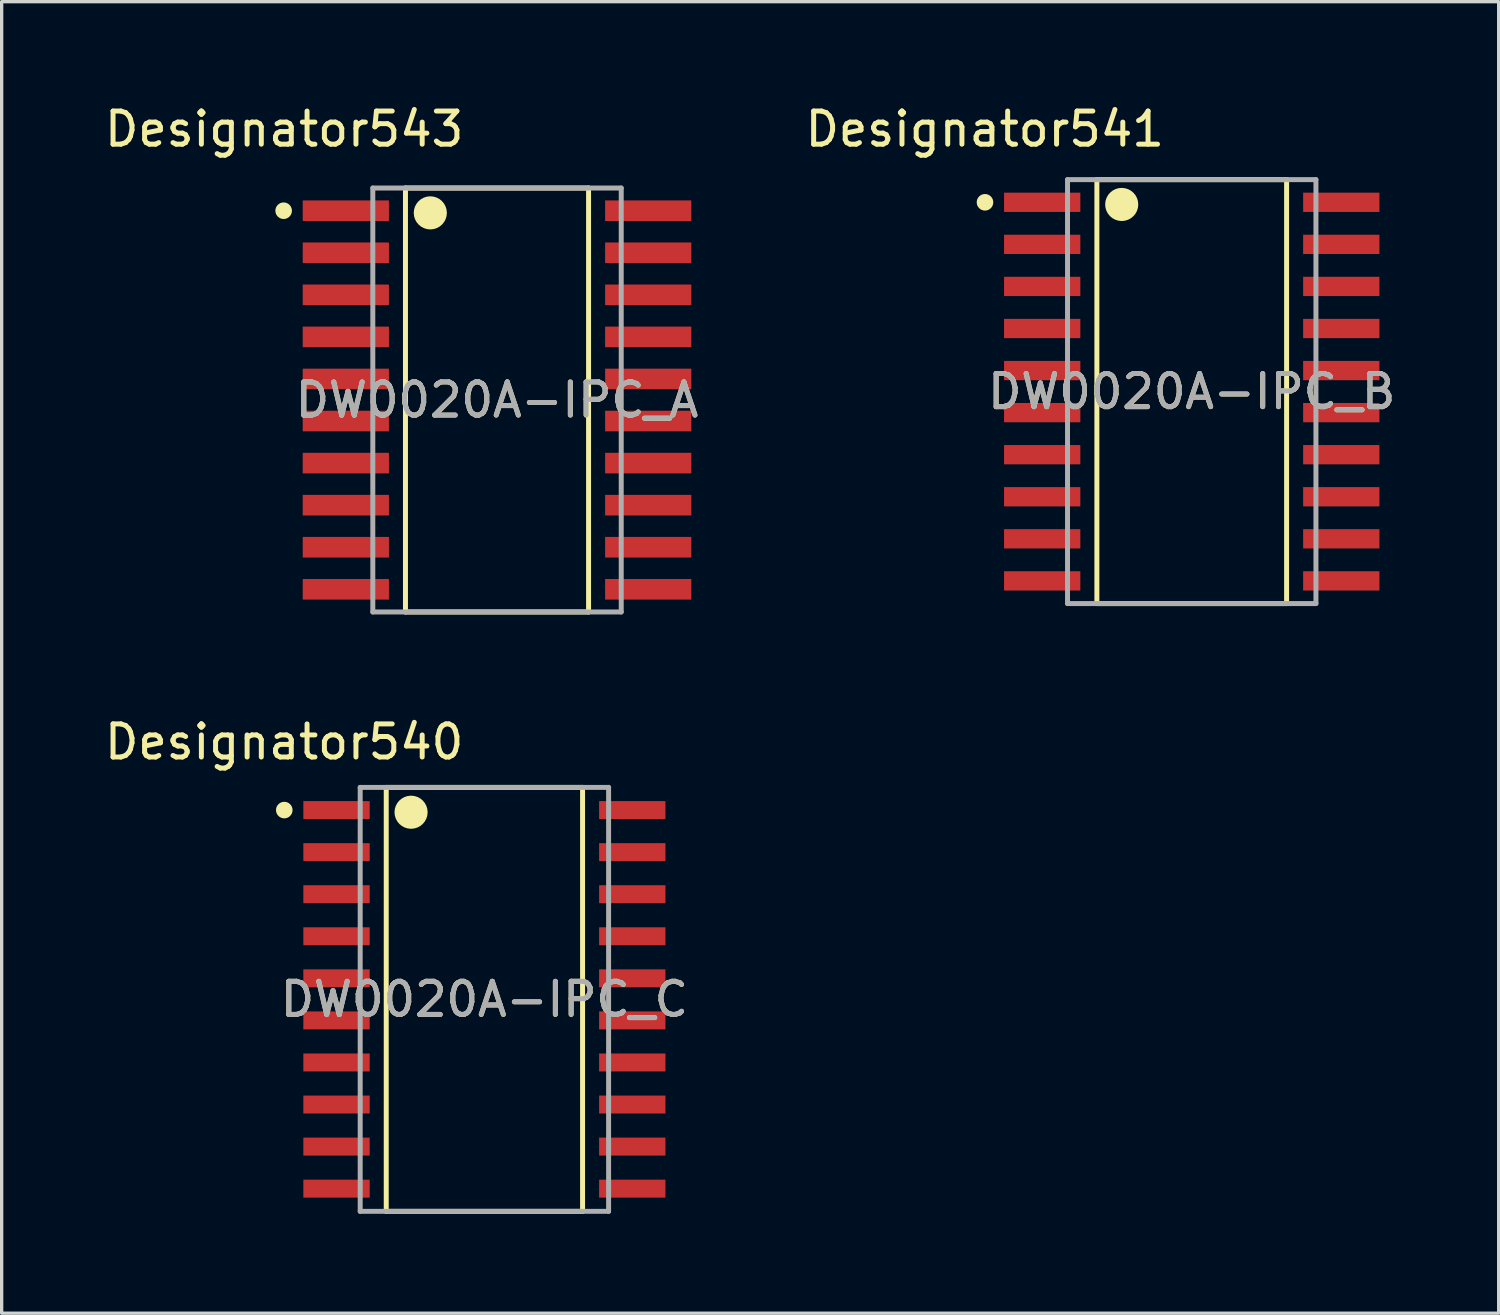
<source format=kicad_pcb>
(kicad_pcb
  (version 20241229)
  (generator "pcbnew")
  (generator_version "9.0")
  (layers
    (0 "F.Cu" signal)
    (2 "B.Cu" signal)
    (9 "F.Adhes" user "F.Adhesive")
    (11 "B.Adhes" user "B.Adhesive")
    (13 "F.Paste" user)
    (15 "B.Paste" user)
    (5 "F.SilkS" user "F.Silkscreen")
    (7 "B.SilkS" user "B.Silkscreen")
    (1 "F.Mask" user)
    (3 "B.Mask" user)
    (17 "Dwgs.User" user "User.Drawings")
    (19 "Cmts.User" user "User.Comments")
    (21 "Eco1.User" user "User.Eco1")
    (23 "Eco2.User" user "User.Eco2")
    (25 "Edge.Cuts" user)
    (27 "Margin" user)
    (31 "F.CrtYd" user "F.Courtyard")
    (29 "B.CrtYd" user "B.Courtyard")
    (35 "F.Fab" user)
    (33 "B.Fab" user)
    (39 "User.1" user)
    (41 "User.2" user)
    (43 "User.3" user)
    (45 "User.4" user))
  (footprint "DW0020A-IPC_B"
    (layer "F.Cu")
    (at 32.931 8.773)
    (property "Reference" "DW0020A-IPC_B" (at 0 0 0) (unlocked yes) (layer "F.SilkS") (effects (font (size 1 1) (thickness 0.15))))
    (attr smd)
    (fp_line (start -2.864 -6.4) (end 2.864 -6.4) (stroke (width 0.15) (type solid)) (layer "F.SilkS"))
    (fp_line (start -2.864 6.4) (end -2.864 -6.4) (stroke (width 0.15) (type solid)) (layer "F.SilkS"))
    (fp_line (start -2.864 6.4) (end 2.864 6.4) (stroke (width 0.15) (type solid)) (layer "F.SilkS"))
    (fp_line (start 2.864 6.4) (end 2.864 -6.4) (stroke (width 0.15) (type solid)) (layer "F.SilkS"))
    (fp_circle (center -6.242 -5.715) (end -6.117 -5.715) (stroke (width 0.25) (type solid)) (fill no) (layer "F.SilkS"))
    (fp_circle (center -2.114 -5.65) (end -1.864 -5.65) (stroke (width 0.5) (type solid)) (fill no) (layer "F.SilkS"))
    (fp_line (start -3.75 -6.4) (end 3.75 -6.4) (stroke (width 0.15) (type solid)) (layer "F.Fab"))
    (fp_line (start -3.75 6.4) (end -3.75 -6.4) (stroke (width 0.15) (type solid)) (layer "F.Fab"))
    (fp_line (start -3.75 6.4) (end 3.75 6.4) (stroke (width 0.15) (type solid)) (layer "F.Fab"))
    (fp_line (start 3.75 6.4) (end 3.75 -6.4) (stroke (width 0.15) (type solid)) (layer "F.Fab"))
    (fp_text user "Designator541" (at -6.248 -7.925 0) (unlocked yes) (layer "F.SilkS") (effects (font (size 1 1) (thickness 0.15))))
    (fp_text user "${REFERENCE}" (at 0 0 0) (unlocked yes) (layer "F.Fab") (effects (font (size 1 1) (thickness 0.15))))
    (pad "1" smd rect (at -4.515 -5.715) (size 2.303 0.582) (layers "F.Cu" "F.Mask" "F.Paste"))
    (pad "2" smd rect (at -4.515 -4.445) (size 2.303 0.582) (layers "F.Cu" "F.Mask" "F.Paste"))
    (pad "3" smd rect (at -4.515 -3.175) (size 2.303 0.582) (layers "F.Cu" "F.Mask" "F.Paste"))
    (pad "4" smd rect (at -4.515 -1.905) (size 2.303 0.582) (layers "F.Cu" "F.Mask" "F.Paste"))
    (pad "5" smd rect (at -4.515 -0.635) (size 2.303 0.582) (layers "F.Cu" "F.Mask" "F.Paste"))
    (pad "6" smd rect (at -4.515 0.635) (size 2.303 0.582) (layers "F.Cu" "F.Mask" "F.Paste"))
    (pad "7" smd rect (at -4.515 1.905) (size 2.303 0.582) (layers "F.Cu" "F.Mask" "F.Paste"))
    (pad "8" smd rect (at -4.515 3.175) (size 2.303 0.582) (layers "F.Cu" "F.Mask" "F.Paste"))
    (pad "9" smd rect (at -4.515 4.445) (size 2.303 0.582) (layers "F.Cu" "F.Mask" "F.Paste"))
    (pad "10" smd rect (at -4.515 5.715) (size 2.303 0.582) (layers "F.Cu" "F.Mask" "F.Paste"))
    (pad "11" smd rect (at 4.515 5.715) (size 2.303 0.582) (layers "F.Cu" "F.Mask" "F.Paste"))
    (pad "12" smd rect (at 4.515 4.445) (size 2.303 0.582) (layers "F.Cu" "F.Mask" "F.Paste"))
    (pad "13" smd rect (at 4.515 3.175) (size 2.303 0.582) (layers "F.Cu" "F.Mask" "F.Paste"))
    (pad "14" smd rect (at 4.515 1.905) (size 2.303 0.582) (layers "F.Cu" "F.Mask" "F.Paste"))
    (pad "15" smd rect (at 4.515 0.635) (size 2.303 0.582) (layers "F.Cu" "F.Mask" "F.Paste"))
    (pad "16" smd rect (at 4.515 -0.635) (size 2.303 0.582) (layers "F.Cu" "F.Mask" "F.Paste"))
    (pad "17" smd rect (at 4.515 -1.905) (size 2.303 0.582) (layers "F.Cu" "F.Mask" "F.Paste"))
    (pad "18" smd rect (at 4.515 -3.175) (size 2.303 0.582) (layers "F.Cu" "F.Mask" "F.Paste"))
    (pad "19" smd rect (at 4.515 -4.445) (size 2.303 0.582) (layers "F.Cu" "F.Mask" "F.Paste"))
    (pad "20" smd rect (at 4.515 -5.715) (size 2.303 0.582) (layers "F.Cu" "F.Mask" "F.Paste")))
  (footprint "DW0020A-IPC_A"
    (layer "F.Cu")
    (at 11.956 9.027)
    (property "Reference" "DW0020A-IPC_A" (at 0 0 0) (unlocked yes) (layer "F.SilkS") (effects (font (size 1 1) (thickness 0.15))))
    (attr smd)
    (fp_line (start -2.764 -6.4) (end 2.764 -6.4) (stroke (width 0.15) (type solid)) (layer "F.SilkS"))
    (fp_line (start -2.764 6.4) (end -2.764 -6.4) (stroke (width 0.15) (type solid)) (layer "F.SilkS"))
    (fp_line (start -2.764 6.4) (end 2.764 6.4) (stroke (width 0.15) (type solid)) (layer "F.SilkS"))
    (fp_line (start 2.764 6.4) (end 2.764 -6.4) (stroke (width 0.15) (type solid)) (layer "F.SilkS"))
    (fp_circle (center -6.442 -5.715) (end -6.317 -5.715) (stroke (width 0.25) (type solid)) (fill no) (layer "F.SilkS"))
    (fp_circle (center -2.014 -5.65) (end -1.764 -5.65) (stroke (width 0.5) (type solid)) (fill no) (layer "F.SilkS"))
    (fp_line (start -3.75 -6.4) (end 3.75 -6.4) (stroke (width 0.15) (type solid)) (layer "F.Fab"))
    (fp_line (start -3.75 6.4) (end -3.75 -6.4) (stroke (width 0.15) (type solid)) (layer "F.Fab"))
    (fp_line (start -3.75 6.4) (end 3.75 6.4) (stroke (width 0.15) (type solid)) (layer "F.Fab"))
    (fp_line (start 3.75 6.4) (end 3.75 -6.4) (stroke (width 0.15) (type solid)) (layer "F.Fab"))
    (fp_text user "Designator543" (at -6.426 -8.179 0) (unlocked yes) (layer "F.SilkS") (effects (font (size 1 1) (thickness 0.15))))
    (fp_text user "${REFERENCE}" (at 0 0 0) (unlocked yes) (layer "F.Fab") (effects (font (size 1 1) (thickness 0.15))))
    (pad "1" smd rect (at -4.565 -5.715) (size 2.603 0.622) (layers "F.Cu" "F.Mask" "F.Paste"))
    (pad "2" smd rect (at -4.565 -4.445) (size 2.603 0.622) (layers "F.Cu" "F.Mask" "F.Paste"))
    (pad "3" smd rect (at -4.565 -3.175) (size 2.603 0.622) (layers "F.Cu" "F.Mask" "F.Paste"))
    (pad "4" smd rect (at -4.565 -1.905) (size 2.603 0.622) (layers "F.Cu" "F.Mask" "F.Paste"))
    (pad "5" smd rect (at -4.565 -0.635) (size 2.603 0.622) (layers "F.Cu" "F.Mask" "F.Paste"))
    (pad "6" smd rect (at -4.565 0.635) (size 2.603 0.622) (layers "F.Cu" "F.Mask" "F.Paste"))
    (pad "7" smd rect (at -4.565 1.905) (size 2.603 0.622) (layers "F.Cu" "F.Mask" "F.Paste"))
    (pad "8" smd rect (at -4.565 3.175) (size 2.603 0.622) (layers "F.Cu" "F.Mask" "F.Paste"))
    (pad "9" smd rect (at -4.565 4.445) (size 2.603 0.622) (layers "F.Cu" "F.Mask" "F.Paste"))
    (pad "10" smd rect (at -4.565 5.715) (size 2.603 0.622) (layers "F.Cu" "F.Mask" "F.Paste"))
    (pad "11" smd rect (at 4.565 5.715) (size 2.603 0.622) (layers "F.Cu" "F.Mask" "F.Paste"))
    (pad "12" smd rect (at 4.565 4.445) (size 2.603 0.622) (layers "F.Cu" "F.Mask" "F.Paste"))
    (pad "13" smd rect (at 4.565 3.175) (size 2.603 0.622) (layers "F.Cu" "F.Mask" "F.Paste"))
    (pad "14" smd rect (at 4.565 1.905) (size 2.603 0.622) (layers "F.Cu" "F.Mask" "F.Paste"))
    (pad "15" smd rect (at 4.565 0.635) (size 2.603 0.622) (layers "F.Cu" "F.Mask" "F.Paste"))
    (pad "16" smd rect (at 4.565 -0.635) (size 2.603 0.622) (layers "F.Cu" "F.Mask" "F.Paste"))
    (pad "17" smd rect (at 4.565 -1.905) (size 2.603 0.622) (layers "F.Cu" "F.Mask" "F.Paste"))
    (pad "18" smd rect (at 4.565 -3.175) (size 2.603 0.622) (layers "F.Cu" "F.Mask" "F.Paste"))
    (pad "19" smd rect (at 4.565 -4.445) (size 2.603 0.622) (layers "F.Cu" "F.Mask" "F.Paste"))
    (pad "20" smd rect (at 4.565 -5.715) (size 2.603 0.622) (layers "F.Cu" "F.Mask" "F.Paste")))
  (footprint "DW0020A-IPC_C"
    (layer "F.Cu")
    (at 11.575 27.123)
    (property "Reference" "DW0020A-IPC_C" (at 0 0 0) (unlocked yes) (layer "F.SilkS") (effects (font (size 1 1) (thickness 0.15))))
    (attr smd)
    (fp_line (start -2.964 -6.4) (end 2.964 -6.4) (stroke (width 0.15) (type solid)) (layer "F.SilkS"))
    (fp_line (start -2.964 6.4) (end -2.964 -6.4) (stroke (width 0.15) (type solid)) (layer "F.SilkS"))
    (fp_line (start -2.964 6.4) (end 2.964 6.4) (stroke (width 0.15) (type solid)) (layer "F.SilkS"))
    (fp_line (start 2.964 6.4) (end 2.964 -6.4) (stroke (width 0.15) (type solid)) (layer "F.SilkS"))
    (fp_circle (center -6.042 -5.715) (end -5.917 -5.715) (stroke (width 0.25) (type solid)) (fill no) (layer "F.SilkS"))
    (fp_circle (center -2.214 -5.65) (end -1.964 -5.65) (stroke (width 0.5) (type solid)) (fill no) (layer "F.SilkS"))
    (fp_line (start -3.75 -6.4) (end 3.75 -6.4) (stroke (width 0.15) (type solid)) (layer "F.Fab"))
    (fp_line (start -3.75 6.4) (end -3.75 -6.4) (stroke (width 0.15) (type solid)) (layer "F.Fab"))
    (fp_line (start -3.75 6.4) (end 3.75 6.4) (stroke (width 0.15) (type solid)) (layer "F.Fab"))
    (fp_line (start 3.75 6.4) (end 3.75 -6.4) (stroke (width 0.15) (type solid)) (layer "F.Fab"))
    (fp_text user "Designator540" (at -6.045 -7.772 0) (unlocked yes) (layer "F.SilkS") (effects (font (size 1 1) (thickness 0.15))))
    (fp_text user "${REFERENCE}" (at 0 0 0) (unlocked yes) (layer "F.Fab") (effects (font (size 1 1) (thickness 0.15))))
    (pad "1" smd rect (at -4.465 -5.715) (size 2.003 0.542) (layers "F.Cu" "F.Mask" "F.Paste"))
    (pad "2" smd rect (at -4.465 -4.445) (size 2.003 0.542) (layers "F.Cu" "F.Mask" "F.Paste"))
    (pad "3" smd rect (at -4.465 -3.175) (size 2.003 0.542) (layers "F.Cu" "F.Mask" "F.Paste"))
    (pad "4" smd rect (at -4.465 -1.905) (size 2.003 0.542) (layers "F.Cu" "F.Mask" "F.Paste"))
    (pad "5" smd rect (at -4.465 -0.635) (size 2.003 0.542) (layers "F.Cu" "F.Mask" "F.Paste"))
    (pad "6" smd rect (at -4.465 0.635) (size 2.003 0.542) (layers "F.Cu" "F.Mask" "F.Paste"))
    (pad "7" smd rect (at -4.465 1.905) (size 2.003 0.542) (layers "F.Cu" "F.Mask" "F.Paste"))
    (pad "8" smd rect (at -4.465 3.175) (size 2.003 0.542) (layers "F.Cu" "F.Mask" "F.Paste"))
    (pad "9" smd rect (at -4.465 4.445) (size 2.003 0.542) (layers "F.Cu" "F.Mask" "F.Paste"))
    (pad "10" smd rect (at -4.465 5.715) (size 2.003 0.542) (layers "F.Cu" "F.Mask" "F.Paste"))
    (pad "11" smd rect (at 4.465 5.715) (size 2.003 0.542) (layers "F.Cu" "F.Mask" "F.Paste"))
    (pad "12" smd rect (at 4.465 4.445) (size 2.003 0.542) (layers "F.Cu" "F.Mask" "F.Paste"))
    (pad "13" smd rect (at 4.465 3.175) (size 2.003 0.542) (layers "F.Cu" "F.Mask" "F.Paste"))
    (pad "14" smd rect (at 4.465 1.905) (size 2.003 0.542) (layers "F.Cu" "F.Mask" "F.Paste"))
    (pad "15" smd rect (at 4.465 0.635) (size 2.003 0.542) (layers "F.Cu" "F.Mask" "F.Paste"))
    (pad "16" smd rect (at 4.465 -0.635) (size 2.003 0.542) (layers "F.Cu" "F.Mask" "F.Paste"))
    (pad "17" smd rect (at 4.465 -1.905) (size 2.003 0.542) (layers "F.Cu" "F.Mask" "F.Paste"))
    (pad "18" smd rect (at 4.465 -3.175) (size 2.003 0.542) (layers "F.Cu" "F.Mask" "F.Paste"))
    (pad "19" smd rect (at 4.465 -4.445) (size 2.003 0.542) (layers "F.Cu" "F.Mask" "F.Paste"))
    (pad "20" smd rect (at 4.465 -5.715) (size 2.003 0.542) (layers "F.Cu" "F.Mask" "F.Paste")))
  (gr_rect
    (start -3 -3)
    (end 42.198 36.598)
    (stroke (width 0.1) (type default))
    (fill no)
    (layer "Edge.Cuts")))
</source>
